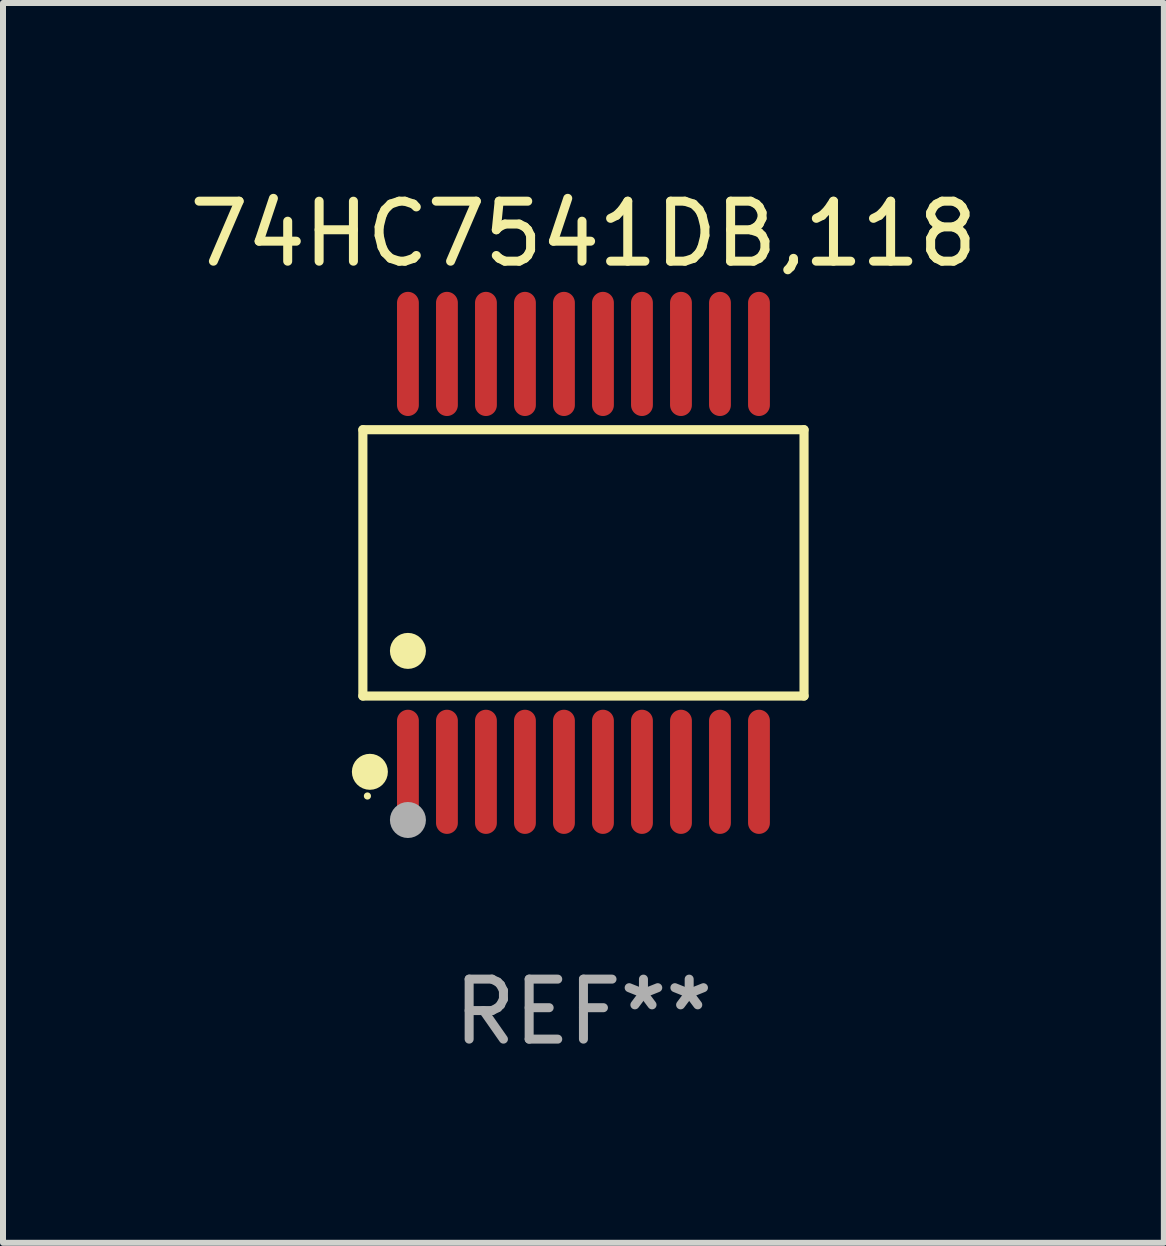
<source format=kicad_pcb>
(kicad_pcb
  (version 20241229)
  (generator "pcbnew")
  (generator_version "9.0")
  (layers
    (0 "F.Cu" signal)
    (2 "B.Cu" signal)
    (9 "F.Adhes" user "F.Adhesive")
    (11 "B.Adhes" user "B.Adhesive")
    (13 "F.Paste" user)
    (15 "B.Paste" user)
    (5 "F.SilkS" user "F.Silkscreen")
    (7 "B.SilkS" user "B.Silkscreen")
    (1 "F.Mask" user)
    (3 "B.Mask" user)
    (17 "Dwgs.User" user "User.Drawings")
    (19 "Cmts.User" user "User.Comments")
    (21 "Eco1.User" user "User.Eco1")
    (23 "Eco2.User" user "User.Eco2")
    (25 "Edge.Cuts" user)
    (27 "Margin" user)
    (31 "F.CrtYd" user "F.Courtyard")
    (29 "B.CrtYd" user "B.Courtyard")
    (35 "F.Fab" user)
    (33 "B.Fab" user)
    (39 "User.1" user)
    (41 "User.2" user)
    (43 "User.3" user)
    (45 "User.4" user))
  (footprint "74HC7541DB,118"
    (layer "F.Cu")
    (at 6.673 6.33)
    (property "Reference" "74HC7541DB,118" (at 0 -5.482 0) (layer "F.SilkS") (effects (font (size 1 1) (thickness 0.15))))
    (attr through_hole)
    (fp_line (start -3.676 -2.219) (end 3.676 -2.219) (stroke (width 0.152) (type solid)) (layer "F.SilkS"))
    (fp_line (start -3.676 2.219) (end -3.676 -2.219) (stroke (width 0.152) (type solid)) (layer "F.SilkS"))
    (fp_line (start 3.676 -2.219) (end 3.676 2.219) (stroke (width 0.152) (type solid)) (layer "F.SilkS"))
    (fp_line (start 3.676 2.219) (end -3.676 2.219) (stroke (width 0.152) (type solid)) (layer "F.SilkS"))
    (fp_circle (center -3.6 3.885) (end -3.57 3.885) (stroke (width 0.06) (type solid)) (fill no) (layer "F.SilkS"))
    (fp_circle (center -3.559 3.482) (end -3.409 3.482) (stroke (width 0.3) (type solid)) (fill no) (layer "F.SilkS"))
    (fp_circle (center -2.925 1.467) (end -2.775 1.467) (stroke (width 0.3) (type solid)) (fill no) (layer "F.SilkS"))
    (fp_circle (center -2.925 4.285) (end -2.775 4.285) (stroke (width 0.3) (type solid)) (fill no) (layer "F.Fab"))
    (fp_text user "REF**" (at 0 7.482 0) (layer "F.Fab") (effects (font (size 1 1) (thickness 0.15))))
    (pad "1" smd oval (at -2.925 3.482) (size 0.364 2.069) (layers "F.Cu" "F.Mask" "F.Paste"))
    (pad "2" smd oval (at -2.275 3.482) (size 0.364 2.069) (layers "F.Cu" "F.Mask" "F.Paste"))
    (pad "3" smd oval (at -1.625 3.482) (size 0.364 2.069) (layers "F.Cu" "F.Mask" "F.Paste"))
    (pad "4" smd oval (at -0.975 3.482) (size 0.364 2.069) (layers "F.Cu" "F.Mask" "F.Paste"))
    (pad "5" smd oval (at -0.325 3.482) (size 0.364 2.069) (layers "F.Cu" "F.Mask" "F.Paste"))
    (pad "6" smd oval (at 0.325 3.482) (size 0.364 2.069) (layers "F.Cu" "F.Mask" "F.Paste"))
    (pad "7" smd oval (at 0.975 3.482) (size 0.364 2.069) (layers "F.Cu" "F.Mask" "F.Paste"))
    (pad "8" smd oval (at 1.625 3.482) (size 0.364 2.069) (layers "F.Cu" "F.Mask" "F.Paste"))
    (pad "9" smd oval (at 2.275 3.482) (size 0.364 2.069) (layers "F.Cu" "F.Mask" "F.Paste"))
    (pad "10" smd oval (at 2.925 3.482) (size 0.364 2.069) (layers "F.Cu" "F.Mask" "F.Paste"))
    (pad "11" smd oval (at 2.925 -3.482) (size 0.364 2.069) (layers "F.Cu" "F.Mask" "F.Paste"))
    (pad "12" smd oval (at 2.275 -3.482) (size 0.364 2.069) (layers "F.Cu" "F.Mask" "F.Paste"))
    (pad "13" smd oval (at 1.625 -3.482) (size 0.364 2.069) (layers "F.Cu" "F.Mask" "F.Paste"))
    (pad "14" smd oval (at 0.975 -3.482) (size 0.364 2.069) (layers "F.Cu" "F.Mask" "F.Paste"))
    (pad "15" smd oval (at 0.325 -3.482) (size 0.364 2.069) (layers "F.Cu" "F.Mask" "F.Paste"))
    (pad "16" smd oval (at -0.325 -3.482) (size 0.364 2.069) (layers "F.Cu" "F.Mask" "F.Paste"))
    (pad "17" smd oval (at -0.975 -3.482) (size 0.364 2.069) (layers "F.Cu" "F.Mask" "F.Paste"))
    (pad "18" smd oval (at -1.625 -3.482) (size 0.364 2.069) (layers "F.Cu" "F.Mask" "F.Paste"))
    (pad "19" smd oval (at -2.275 -3.482) (size 0.364 2.069) (layers "F.Cu" "F.Mask" "F.Paste"))
    (pad "20" smd oval (at -2.925 -3.482) (size 0.364 2.069) (layers "F.Cu" "F.Mask" "F.Paste")))
  (gr_rect
    (start -3 -3)
    (end 16.345 17.661)
    (stroke (width 0.1) (type default))
    (fill no)
    (layer "Edge.Cuts")))
</source>
